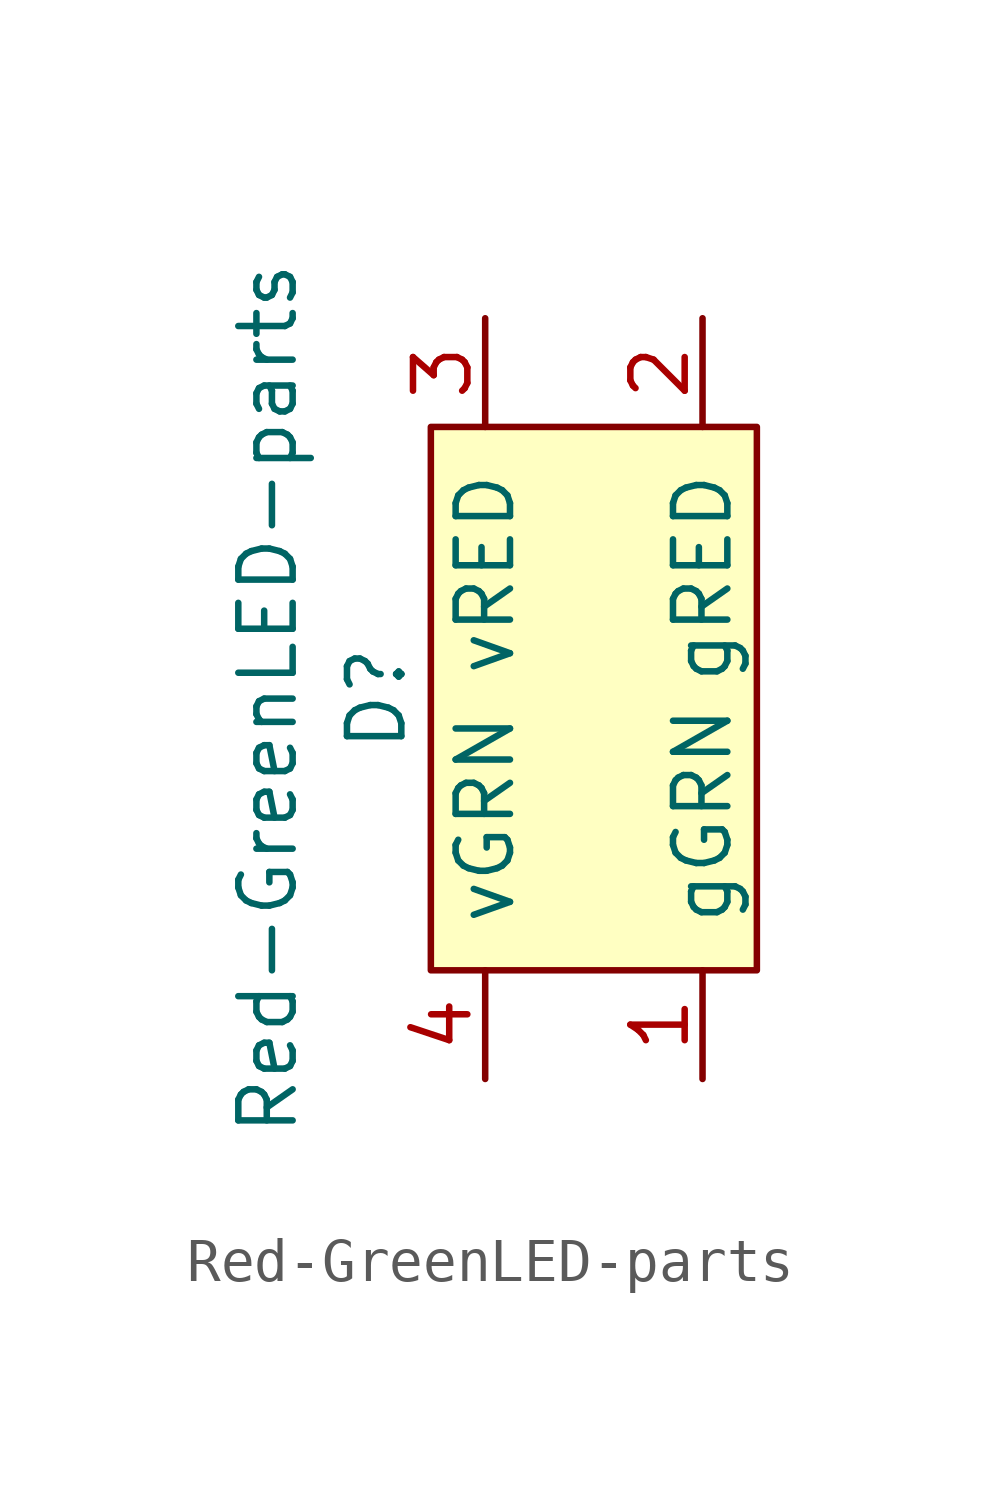
<source format=kicad_sym>
(kicad_symbol_lib
  (version 20220914)
  (generator kicad_symbol_editor)
  (symbol "Red-GreenLED-parts"
    (pin_names
      (offset 1.016))
    (property "Reference" "D"
      (at -5.08 0 90)
      (effects (font (size 1.27 1.27))))
    (property "Value" "Red-GreenLED-parts"
      (at -7.62 0 90)
      (effects (font (size 1.27 1.27))))
    (symbol "Red-GreenLED-parts_1_1"
      (rectangle (start -3.81 6.35) (end 3.81 -6.35) (stroke (width 0) (type solid)) (fill (type background)))
      (pin input line (at 2.54 -8.89 90) (length 2.54) (name "gGRN" (effects (font (size 1.27 1.27)))) (number "1" (effects (font (size 1.27 1.27)))))
      (pin input line (at 2.54 8.89 270) (length 2.54) (name "gRED" (effects (font (size 1.27 1.27)))) (number "2" (effects (font (size 1.27 1.27)))))
      (pin input line (at -2.54 8.89 270) (length 2.54) (name "vRED" (effects (font (size 1.27 1.27)))) (number "3" (effects (font (size 1.27 1.27)))))
      (pin input line (at -2.54 -8.89 90) (length 2.54) (name "vGRN" (effects (font (size 1.27 1.27)))) (number "4" (effects (font (size 1.27 1.27))))))))
</source>
